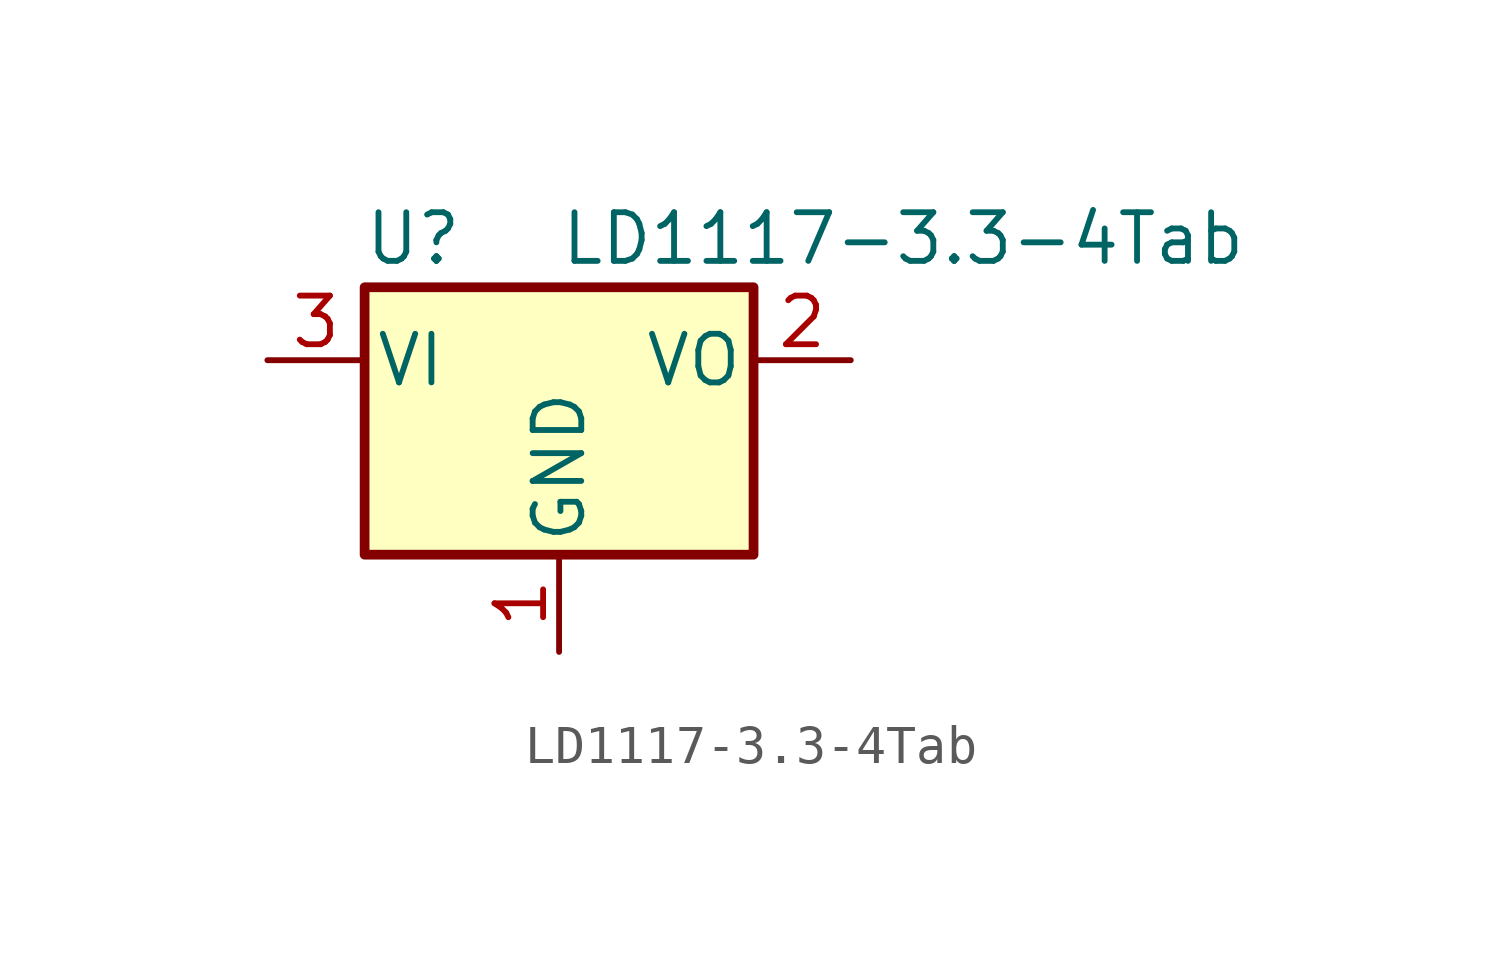
<source format=kicad_sym>
(kicad_symbol_lib
  (version 20201005)
  (generator kicad_symbol_editor)
  (symbol "LD1117-3.3-4Tab"
    (pin_names
      (offset 0.254))
    (property "Reference" "U"
      (at -3.81 3.175 0)
      (effects (font (size 1.27 1.27))))
    (property "Value" "LD1117-3.3-4Tab"
      (at 0 3.175 0)
      (effects (font (size 1.27 1.27)) (justify left)))
    (symbol "LD1117-3.3-4Tab_0_1"
      (rectangle (start -5.08 -5.08) (end 5.08 1.905) (stroke (width 0.254)) (fill (type background))))
    (symbol "LD1117-3.3-4Tab_1_1"
      (pin power_in line (at 0 -7.62 90) (length 2.54) (name "GND" (effects (font (size 1.27 1.27)))) (number "1" (effects (font (size 1.27 1.27)))))
      (pin power_out line (at 7.62 0 180) (length 2.54) (name "VO" (effects (font (size 1.27 1.27)))) (number "2" (effects (font (size 1.27 1.27)))))
      (pin power_in line (at -7.62 0 0) (length 2.54) (name "VI" (effects (font (size 1.27 1.27)))) (number "3" (effects (font (size 1.27 1.27))))))))
</source>
